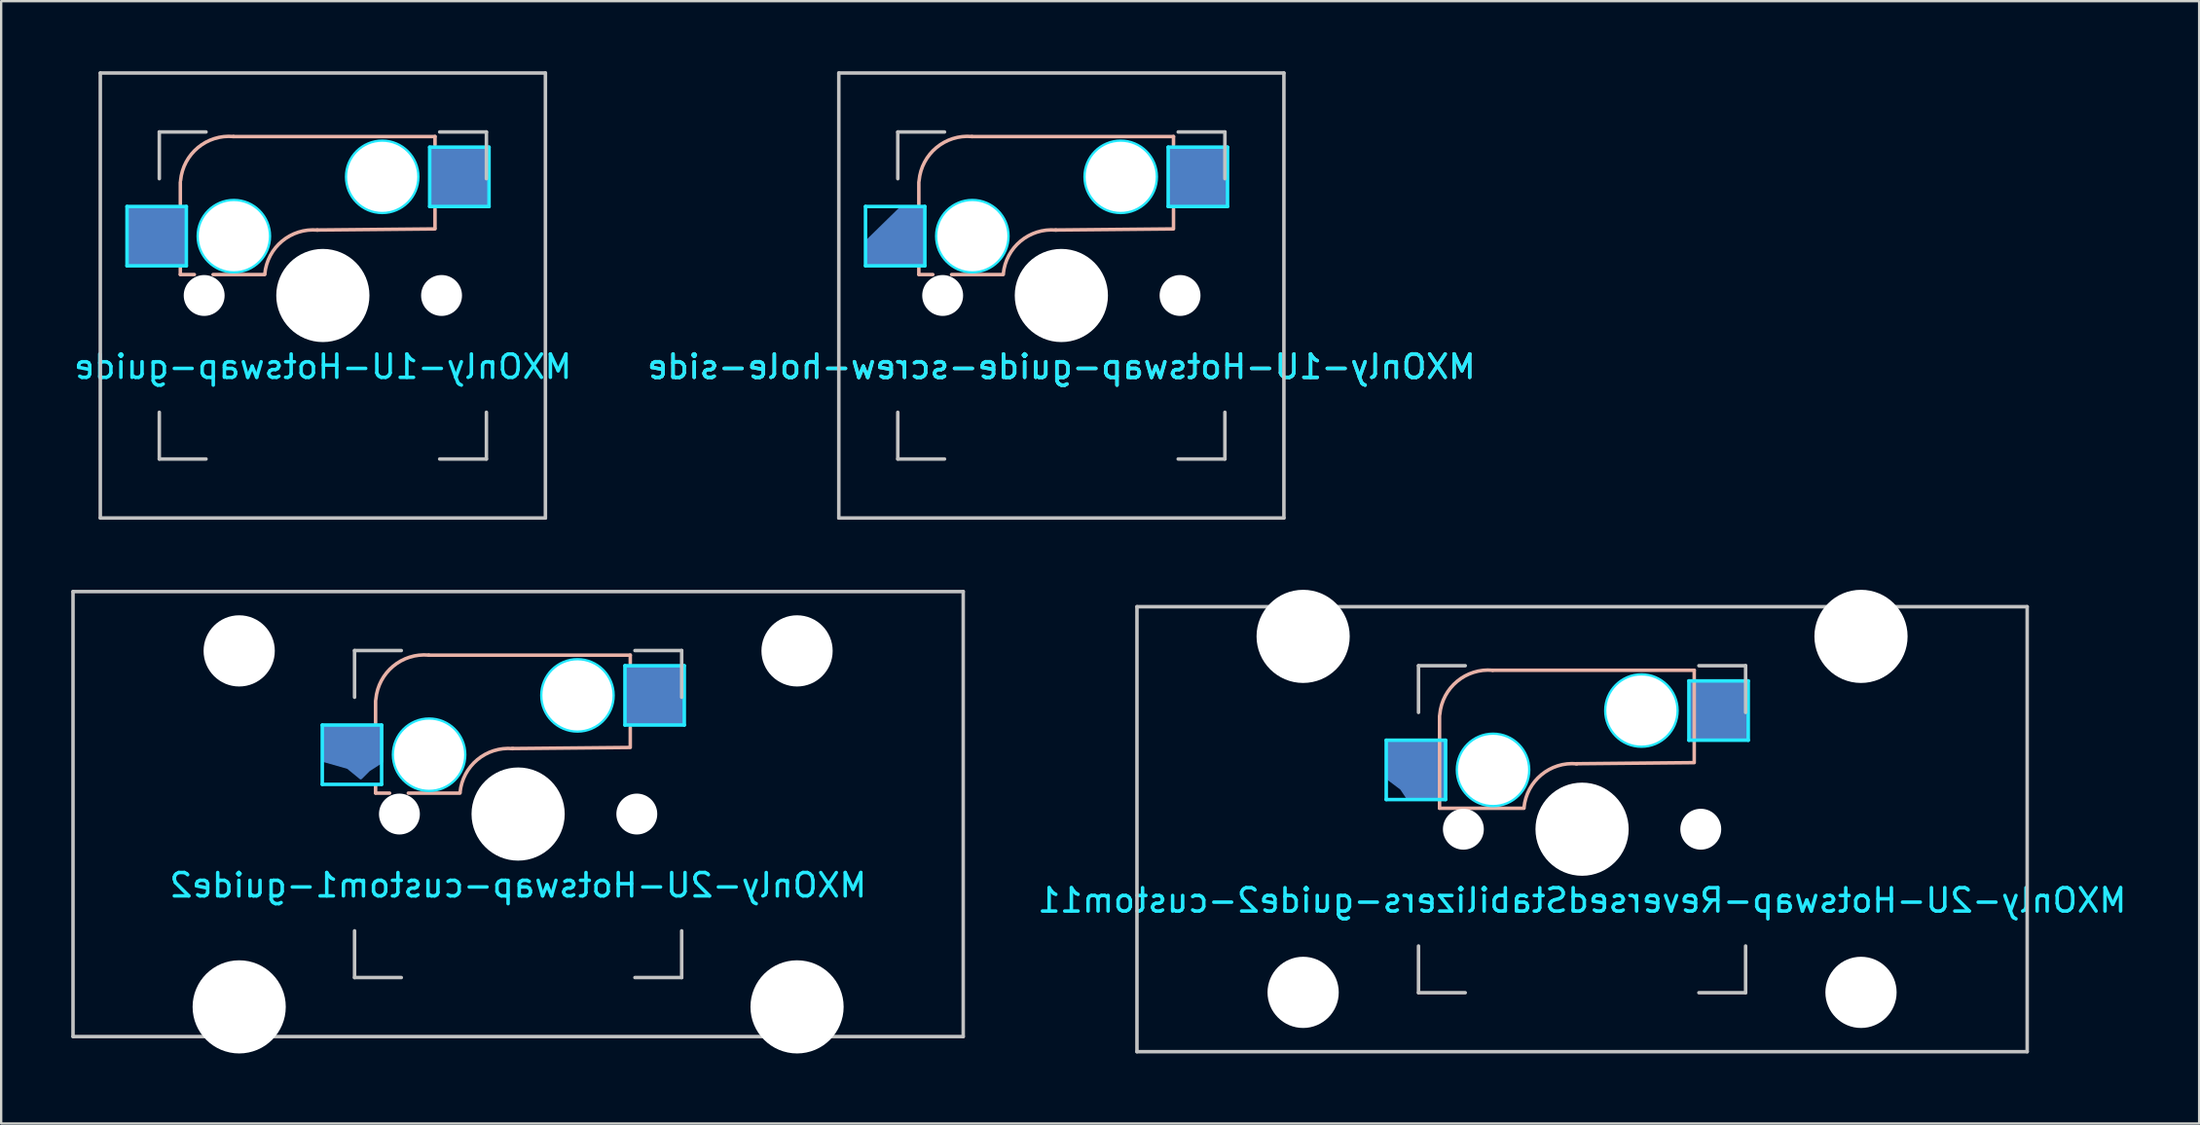
<source format=kicad_pcb>
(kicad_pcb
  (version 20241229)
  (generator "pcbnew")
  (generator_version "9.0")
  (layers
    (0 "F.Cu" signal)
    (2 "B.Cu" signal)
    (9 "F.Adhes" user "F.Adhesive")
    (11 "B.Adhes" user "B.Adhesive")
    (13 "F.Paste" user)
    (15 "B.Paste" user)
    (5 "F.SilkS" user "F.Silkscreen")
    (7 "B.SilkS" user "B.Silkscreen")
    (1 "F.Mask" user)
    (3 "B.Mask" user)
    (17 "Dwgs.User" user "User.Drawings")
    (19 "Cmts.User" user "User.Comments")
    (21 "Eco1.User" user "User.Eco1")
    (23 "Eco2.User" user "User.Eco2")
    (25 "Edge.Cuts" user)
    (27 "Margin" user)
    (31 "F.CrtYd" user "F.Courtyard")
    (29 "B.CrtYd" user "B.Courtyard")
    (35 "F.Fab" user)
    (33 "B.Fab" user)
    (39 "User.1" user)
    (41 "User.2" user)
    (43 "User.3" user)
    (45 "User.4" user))
  (footprint "MXOnly-1U-Hotswap-guide-screw-hole-side"
    (layer "F.Cu")
    (at 42.375 9.6)
    (property "Reference" "MXOnly-1U-Hotswap-guide-screw-hole-side" (at 0 3.048 0) (layer "B.CrtYd") (effects (font (size 1 1) (thickness 0.15)) (justify mirror)))
    (attr smd)
    (fp_line (start -6.1 -4.85) (end -6.1 -3.9) (stroke (width 0.15) (type solid)) (layer "B.SilkS"))
    (fp_line (start -6.1 -1.2) (end -6.1 -0.905) (stroke (width 0.15) (type solid)) (layer "B.SilkS"))
    (fp_line (start -6.1 -0.896) (end -5.5 -0.896) (stroke (width 0.15) (type solid)) (layer "B.SilkS"))
    (fp_line (start -4.7 -0.896) (end -2.49 -0.896) (stroke (width 0.15) (type solid)) (layer "B.SilkS"))
    (fp_line (start 4.8 -6.804) (end -3.825 -6.804) (stroke (width 0.15) (type solid)) (layer "B.SilkS"))
    (fp_line (start 4.8 -6.45) (end 4.8 -6.804) (stroke (width 0.15) (type solid)) (layer "B.SilkS"))
    (fp_line (start 4.8 -2.896) (end 4.8 -3.7) (stroke (width 0.15) (type solid)) (layer "B.SilkS"))
    (fp_line (start 4.8 -2.85) (end -0.25 -2.804) (stroke (width 0.15) (type solid)) (layer "B.SilkS"))
    (fp_arc (start -6.089 -4.92) (mid -5.347189 -6.33089) (end -3.825 -6.804) (stroke (width 0.15) (type solid)) (layer "B.SilkS"))
    (fp_arc (start -2.485 -0.92) (mid -1.744361 -2.328061) (end -0.225 -2.8) (stroke (width 0.15) (type solid)) (layer "B.SilkS"))
    (fp_line (start -9.525 -9.525) (end 9.525 -9.525) (stroke (width 0.15) (type solid)) (layer "Dwgs.User"))
    (fp_line (start -9.525 9.525) (end -9.525 -9.525) (stroke (width 0.15) (type solid)) (layer "Dwgs.User"))
    (fp_line (start -7 -7) (end -7 -5) (stroke (width 0.15) (type solid)) (layer "Dwgs.User"))
    (fp_line (start -7 5) (end -7 7) (stroke (width 0.15) (type solid)) (layer "Dwgs.User"))
    (fp_line (start -7 7) (end -5 7) (stroke (width 0.15) (type solid)) (layer "Dwgs.User"))
    (fp_line (start -5 -7) (end -7 -7) (stroke (width 0.15) (type solid)) (layer "Dwgs.User"))
    (fp_line (start 5 -7) (end 7 -7) (stroke (width 0.15) (type solid)) (layer "Dwgs.User"))
    (fp_line (start 5 7) (end 7 7) (stroke (width 0.15) (type solid)) (layer "Dwgs.User"))
    (fp_line (start 7 -7) (end 7 -5) (stroke (width 0.15) (type solid)) (layer "Dwgs.User"))
    (fp_line (start 7 7) (end 7 5) (stroke (width 0.15) (type solid)) (layer "Dwgs.User"))
    (fp_line (start 9.525 -9.525) (end 9.525 9.525) (stroke (width 0.15) (type solid)) (layer "Dwgs.User"))
    (fp_line (start 9.525 9.525) (end -9.525 9.525) (stroke (width 0.15) (type solid)) (layer "Dwgs.User"))
    (fp_line (start -8.382 -3.81) (end -8.382 -1.27) (stroke (width 0.15) (type solid)) (layer "B.CrtYd"))
    (fp_line (start -8.382 -1.27) (end -5.842 -1.27) (stroke (width 0.15) (type solid)) (layer "B.CrtYd"))
    (fp_line (start -5.842 -3.81) (end -8.382 -3.81) (stroke (width 0.15) (type solid)) (layer "B.CrtYd"))
    (fp_line (start -5.842 -1.27) (end -5.842 -3.81) (stroke (width 0.15) (type solid)) (layer "B.CrtYd"))
    (fp_line (start 4.572 -6.35) (end 7.112 -6.35) (stroke (width 0.15) (type solid)) (layer "B.CrtYd"))
    (fp_line (start 4.572 -3.81) (end 4.572 -6.35) (stroke (width 0.15) (type solid)) (layer "B.CrtYd"))
    (fp_line (start 7.112 -6.35) (end 7.112 -3.81) (stroke (width 0.15) (type solid)) (layer "B.CrtYd"))
    (fp_line (start 7.112 -3.81) (end 4.572 -3.81) (stroke (width 0.15) (type solid)) (layer "B.CrtYd"))
    (fp_circle (center -3.81 -2.54) (end -3.81 -4.064) (stroke (width 0.15) (type solid)) (fill no) (layer "B.CrtYd"))
    (fp_circle (center 2.54 -5.08) (end 2.54 -6.604) (stroke (width 0.15) (type solid)) (fill no) (layer "B.CrtYd"))
    (fp_text user "${REFERENCE}" (at 0 3.048 0) (layer "B.SilkS") (effects (font (size 1 1) (thickness 0.15)) (justify mirror)))
    (pad "" np_thru_hole circle (at -5.08 0 48.1) (size 1.75 1.75) (drill 1.75) (layers "*.Cu" "*.Mask"))
    (pad "" np_thru_hole circle (at -3.81 -2.54) (size 3 3) (drill 3) (layers "*.Cu" "*.Mask"))
    (pad "" np_thru_hole circle (at 0 0) (size 3.988 3.988) (drill 3.988) (layers "*.Cu" "*.Mask"))
    (pad "" np_thru_hole circle (at 2.54 -5.08) (size 3 3) (drill 3) (layers "*.Cu" "*.Mask"))
    (pad "" np_thru_hole circle (at 5.08 0 48.1) (size 1.75 1.75) (drill 1.75) (layers "*.Cu" "*.Mask"))
    (pad "1" smd custom (at -7.085 -2.54) (size 1 1) (layers "B.Cu" "B.Mask" "B.Paste") (options (anchor rect)) (primitives (gr_poly (pts (xy 0.2 -1.19) (xy 1.22 -1.19) (xy 1.22 1.19) (xy -1.22 1.19) (xy -1.22 0.2)) (width 0.12) (fill yes))))
    (pad "2" smd rect (at 5.842 -5.08) (size 2.55 2.5) (layers "B.Cu" "B.Mask" "B.Paste")))
  (footprint "MXOnly-2U-Hotswap-ReversedStabilizers-guide2-custom11"
    (layer "F.Cu")
    (at 64.661 32.449)
    (property "Reference" "MXOnly-2U-Hotswap-ReversedStabilizers-guide2-custom11" (at 0 3.048 0) (layer "B.CrtYd") (effects (font (size 1 1) (thickness 0.15)) (justify mirror)))
    (attr smd)
    (fp_line (start -6.1 -4.85) (end -6.1 -0.905) (stroke (width 0.15) (type solid)) (layer "B.SilkS"))
    (fp_line (start -6.1 -0.896) (end -2.49 -0.896) (stroke (width 0.15) (type solid)) (layer "B.SilkS"))
    (fp_line (start 4.8 -6.804) (end -3.825 -6.804) (stroke (width 0.15) (type solid)) (layer "B.SilkS"))
    (fp_line (start 4.8 -2.896) (end 4.8 -6.804) (stroke (width 0.15) (type solid)) (layer "B.SilkS"))
    (fp_line (start 4.8 -2.85) (end -0.25 -2.804) (stroke (width 0.15) (type solid)) (layer "B.SilkS"))
    (fp_arc (start -6.089 -4.92) (mid -5.347189 -6.33089) (end -3.825 -6.804) (stroke (width 0.15) (type solid)) (layer "B.SilkS"))
    (fp_arc (start -2.485 -0.92) (mid -1.744361 -2.328061) (end -0.225 -2.8) (stroke (width 0.15) (type solid)) (layer "B.SilkS"))
    (fp_line (start -19.05 -9.525) (end 19.05 -9.525) (stroke (width 0.15) (type solid)) (layer "Dwgs.User"))
    (fp_line (start -19.05 9.525) (end -19.05 -9.525) (stroke (width 0.15) (type solid)) (layer "Dwgs.User"))
    (fp_line (start -7 -7) (end -7 -5) (stroke (width 0.15) (type solid)) (layer "Dwgs.User"))
    (fp_line (start -7 5) (end -7 7) (stroke (width 0.15) (type solid)) (layer "Dwgs.User"))
    (fp_line (start -7 7) (end -5 7) (stroke (width 0.15) (type solid)) (layer "Dwgs.User"))
    (fp_line (start -5 -7) (end -7 -7) (stroke (width 0.15) (type solid)) (layer "Dwgs.User"))
    (fp_line (start 5 -7) (end 7 -7) (stroke (width 0.15) (type solid)) (layer "Dwgs.User"))
    (fp_line (start 5 7) (end 7 7) (stroke (width 0.15) (type solid)) (layer "Dwgs.User"))
    (fp_line (start 7 -7) (end 7 -5) (stroke (width 0.15) (type solid)) (layer "Dwgs.User"))
    (fp_line (start 7 7) (end 7 5) (stroke (width 0.15) (type solid)) (layer "Dwgs.User"))
    (fp_line (start 19.05 -9.525) (end 19.05 9.525) (stroke (width 0.15) (type solid)) (layer "Dwgs.User"))
    (fp_line (start 19.05 9.525) (end -19.05 9.525) (stroke (width 0.15) (type solid)) (layer "Dwgs.User"))
    (fp_rect (start -14.986 -9.144) (end -8.89 9.144) (stroke (width 0.12) (type solid)) (fill no) (layer "Eco1.User"))
    (fp_rect (start 8.89 -9.144) (end 14.986 9.144) (stroke (width 0.12) (type solid)) (fill no) (layer "Eco1.User"))
    (fp_line (start -8.382 -3.81) (end -5.842 -3.81) (stroke (width 0.15) (type solid)) (layer "B.CrtYd"))
    (fp_line (start -8.382 -1.27) (end -8.382 -3.81) (stroke (width 0.15) (type solid)) (layer "B.CrtYd"))
    (fp_line (start -5.842 -3.81) (end -5.842 -1.27) (stroke (width 0.15) (type solid)) (layer "B.CrtYd"))
    (fp_line (start -5.842 -1.27) (end -8.382 -1.27) (stroke (width 0.15) (type solid)) (layer "B.CrtYd"))
    (fp_line (start 4.572 -6.35) (end 7.112 -6.35) (stroke (width 0.15) (type solid)) (layer "B.CrtYd"))
    (fp_line (start 4.572 -3.81) (end 4.572 -6.35) (stroke (width 0.15) (type solid)) (layer "B.CrtYd"))
    (fp_line (start 7.112 -6.35) (end 7.112 -3.81) (stroke (width 0.15) (type solid)) (layer "B.CrtYd"))
    (fp_line (start 7.112 -3.81) (end 4.572 -3.81) (stroke (width 0.15) (type solid)) (layer "B.CrtYd"))
    (fp_circle (center -3.81 -2.54) (end -3.81 -4.064) (stroke (width 0.15) (type solid)) (fill no) (layer "B.CrtYd"))
    (fp_circle (center 2.54 -5.08) (end 2.54 -6.604) (stroke (width 0.15) (type solid)) (fill no) (layer "B.CrtYd"))
    (pad "" np_thru_hole circle (at -11.938 -8.255) (size 3.988 3.988) (drill 3.988) (layers "*.Cu" "*.Mask"))
    (pad "" np_thru_hole circle (at -11.938 6.985) (size 3.048 3.048) (drill 3.048) (layers "*.Cu" "*.Mask"))
    (pad "" np_thru_hole circle (at -5.08 0 48.1) (size 1.75 1.75) (drill 1.75) (layers "*.Cu" "*.Mask"))
    (pad "" np_thru_hole circle (at -3.81 -2.54) (size 3 3) (drill 3) (layers "*.Cu" "*.Mask"))
    (pad "" np_thru_hole circle (at 0 0) (size 3.988 3.988) (drill 3.988) (layers "*.Cu" "*.Mask"))
    (pad "" np_thru_hole circle (at 2.54 -5.08) (size 3 3) (drill 3) (layers "*.Cu" "*.Mask"))
    (pad "" np_thru_hole circle (at 5.08 0 48.1) (size 1.75 1.75) (drill 1.75) (layers "*.Cu" "*.Mask"))
    (pad "" np_thru_hole circle (at 11.938 -8.255) (size 3.988 3.988) (drill 3.988) (layers "*.Cu" "*.Mask"))
    (pad "" np_thru_hole circle (at 11.938 6.985) (size 3.048 3.048) (drill 3.048) (layers "*.Cu" "*.Mask"))
    (pad "1" smd custom (at -7.085 -2.54) (size 1 1) (layers "B.Cu" "B.Mask" "B.Paste") (options (anchor rect)) (primitives (gr_poly (pts (xy -1.25 -1.25) (xy 1.25 -1.25) (xy 1.25 1.25) (xy -0.35 1.25) (xy -0.65 0.8) (xy -1.25 0.35)) (width 0.12) (fill yes))))
    (pad "2" smd rect (at 5.842 -5.08) (size 2.55 2.5) (layers "B.Cu" "B.Mask" "B.Paste")))
  (footprint "MXOnly-2U-Hotswap-custom1-guide2"
    (layer "F.Cu")
    (at 19.125 31.8)
    (property "Reference" "MXOnly-2U-Hotswap-custom1-guide2" (at 0 3.048 0) (layer "B.CrtYd") (effects (font (size 1 1) (thickness 0.15)) (justify mirror)))
    (attr smd)
    (fp_line (start -6.1 -4.85) (end -6.1 -3.9) (stroke (width 0.15) (type solid)) (layer "B.SilkS"))
    (fp_line (start -6.1 -1.2) (end -6.1 -0.905) (stroke (width 0.15) (type solid)) (layer "B.SilkS"))
    (fp_line (start -6.1 -0.896) (end -5.5 -0.896) (stroke (width 0.15) (type solid)) (layer "B.SilkS"))
    (fp_line (start -4.7 -0.896) (end -2.49 -0.896) (stroke (width 0.15) (type solid)) (layer "B.SilkS"))
    (fp_line (start 4.8 -6.804) (end -3.825 -6.804) (stroke (width 0.15) (type solid)) (layer "B.SilkS"))
    (fp_line (start 4.8 -6.45) (end 4.8 -6.804) (stroke (width 0.15) (type solid)) (layer "B.SilkS"))
    (fp_line (start 4.8 -2.896) (end 4.8 -3.7) (stroke (width 0.15) (type solid)) (layer "B.SilkS"))
    (fp_line (start 4.8 -2.85) (end -0.25 -2.804) (stroke (width 0.15) (type solid)) (layer "B.SilkS"))
    (fp_arc (start -6.089 -4.92) (mid -5.347189 -6.33089) (end -3.825 -6.804) (stroke (width 0.15) (type solid)) (layer "B.SilkS"))
    (fp_arc (start -2.485 -0.92) (mid -1.744361 -2.328061) (end -0.225 -2.8) (stroke (width 0.15) (type solid)) (layer "B.SilkS"))
    (fp_line (start -19.05 -9.525) (end 19.05 -9.525) (stroke (width 0.15) (type solid)) (layer "Dwgs.User"))
    (fp_line (start -19.05 9.525) (end -19.05 -9.525) (stroke (width 0.15) (type solid)) (layer "Dwgs.User"))
    (fp_line (start -7 -7) (end -7 -5) (stroke (width 0.15) (type solid)) (layer "Dwgs.User"))
    (fp_line (start -7 5) (end -7 7) (stroke (width 0.15) (type solid)) (layer "Dwgs.User"))
    (fp_line (start -7 7) (end -5 7) (stroke (width 0.15) (type solid)) (layer "Dwgs.User"))
    (fp_line (start -5 -7) (end -7 -7) (stroke (width 0.15) (type solid)) (layer "Dwgs.User"))
    (fp_line (start 5 -7) (end 7 -7) (stroke (width 0.15) (type solid)) (layer "Dwgs.User"))
    (fp_line (start 5 7) (end 7 7) (stroke (width 0.15) (type solid)) (layer "Dwgs.User"))
    (fp_line (start 7 -7) (end 7 -5) (stroke (width 0.15) (type solid)) (layer "Dwgs.User"))
    (fp_line (start 7 7) (end 7 5) (stroke (width 0.15) (type solid)) (layer "Dwgs.User"))
    (fp_line (start 19.05 -9.525) (end 19.05 9.525) (stroke (width 0.15) (type solid)) (layer "Dwgs.User"))
    (fp_line (start 19.05 9.525) (end -19.05 9.525) (stroke (width 0.15) (type solid)) (layer "Dwgs.User"))
    (fp_rect (start -14.986 -9.144) (end -8.89 9.144) (stroke (width 0.12) (type solid)) (fill no) (layer "Eco1.User"))
    (fp_rect (start 8.89 -9.144) (end 14.986 9.144) (stroke (width 0.12) (type solid)) (fill no) (layer "Eco1.User"))
    (fp_line (start -8.382 -3.81) (end -5.842 -3.81) (stroke (width 0.15) (type solid)) (layer "B.CrtYd"))
    (fp_line (start -8.382 -1.27) (end -8.382 -3.81) (stroke (width 0.15) (type solid)) (layer "B.CrtYd"))
    (fp_line (start -5.842 -3.81) (end -5.842 -1.27) (stroke (width 0.15) (type solid)) (layer "B.CrtYd"))
    (fp_line (start -5.842 -1.27) (end -8.382 -1.27) (stroke (width 0.15) (type solid)) (layer "B.CrtYd"))
    (fp_line (start 4.572 -6.35) (end 7.112 -6.35) (stroke (width 0.15) (type solid)) (layer "B.CrtYd"))
    (fp_line (start 4.572 -3.81) (end 4.572 -6.35) (stroke (width 0.15) (type solid)) (layer "B.CrtYd"))
    (fp_line (start 7.112 -6.35) (end 7.112 -3.81) (stroke (width 0.15) (type solid)) (layer "B.CrtYd"))
    (fp_line (start 7.112 -3.81) (end 4.572 -3.81) (stroke (width 0.15) (type solid)) (layer "B.CrtYd"))
    (fp_circle (center -3.81 -2.54) (end -3.81 -4.064) (stroke (width 0.15) (type solid)) (fill no) (layer "B.CrtYd"))
    (fp_circle (center 2.54 -5.08) (end 2.54 -6.604) (stroke (width 0.15) (type solid)) (fill no) (layer "B.CrtYd"))
    (pad "" np_thru_hole circle (at -11.938 -6.985) (size 3.048 3.048) (drill 3.048) (layers "*.Cu" "*.Mask"))
    (pad "" np_thru_hole circle (at -11.938 8.255) (size 3.988 3.988) (drill 3.988) (layers "*.Cu" "*.Mask"))
    (pad "" np_thru_hole circle (at -5.08 0 48.1) (size 1.75 1.75) (drill 1.75) (layers "*.Cu" "*.Mask"))
    (pad "" np_thru_hole circle (at -3.81 -2.54) (size 3 3) (drill 3) (layers "*.Cu" "*.Mask"))
    (pad "" np_thru_hole circle (at 0 0) (size 3.988 3.988) (drill 3.988) (layers "*.Cu" "*.Mask"))
    (pad "" np_thru_hole circle (at 2.54 -5.08) (size 3 3) (drill 3) (layers "*.Cu" "*.Mask"))
    (pad "" np_thru_hole circle (at 5.08 0 48.1) (size 1.75 1.75) (drill 1.75) (layers "*.Cu" "*.Mask"))
    (pad "" np_thru_hole circle (at 11.938 -6.985) (size 3.048 3.048) (drill 3.048) (layers "*.Cu" "*.Mask"))
    (pad "" np_thru_hole circle (at 11.938 8.255) (size 3.988 3.988) (drill 3.988) (layers "*.Cu" "*.Mask"))
    (pad "1" smd custom (at -7.085 -2.54) (size 0.1 0.1) (layers "B.Cu" "B.Mask" "B.Paste") (options (anchor rect)) (primitives (gr_poly (pts (xy -1.25 -1.25) (xy 1.25 -1.25) (xy 1.25 0.3) (xy 0.7 0.65) (xy 0.35 1) (xy -0.2 0.55) (xy -1.25 0.25)) (width 0.12) (fill yes))))
    (pad "2" smd rect (at 5.842 -5.08) (size 2.55 2.5) (layers "B.Cu" "B.Mask" "B.Paste")))
  (footprint "MXOnly-1U-Hotswap-guide"
    (layer "F.Cu")
    (at 10.768 9.6)
    (property "Reference" "MXOnly-1U-Hotswap-guide" (at 0 3.048 0) (layer "B.CrtYd") (effects (font (size 1 1) (thickness 0.15)) (justify mirror)))
    (attr smd)
    (fp_line (start -6.1 -4.85) (end -6.1 -3.9) (stroke (width 0.15) (type solid)) (layer "B.SilkS"))
    (fp_line (start -6.1 -1.2) (end -6.1 -0.905) (stroke (width 0.15) (type solid)) (layer "B.SilkS"))
    (fp_line (start -6.1 -0.896) (end -5.5 -0.896) (stroke (width 0.15) (type solid)) (layer "B.SilkS"))
    (fp_line (start -4.7 -0.896) (end -2.49 -0.896) (stroke (width 0.15) (type solid)) (layer "B.SilkS"))
    (fp_line (start 4.8 -6.804) (end -3.825 -6.804) (stroke (width 0.15) (type solid)) (layer "B.SilkS"))
    (fp_line (start 4.8 -6.45) (end 4.8 -6.804) (stroke (width 0.15) (type solid)) (layer "B.SilkS"))
    (fp_line (start 4.8 -2.896) (end 4.8 -3.7) (stroke (width 0.15) (type solid)) (layer "B.SilkS"))
    (fp_line (start 4.8 -2.85) (end -0.25 -2.804) (stroke (width 0.15) (type solid)) (layer "B.SilkS"))
    (fp_arc (start -6.089 -4.92) (mid -5.347189 -6.33089) (end -3.825 -6.804) (stroke (width 0.15) (type solid)) (layer "B.SilkS"))
    (fp_arc (start -2.485 -0.92) (mid -1.744361 -2.328061) (end -0.225 -2.8) (stroke (width 0.15) (type solid)) (layer "B.SilkS"))
    (fp_line (start -9.525 -9.525) (end 9.525 -9.525) (stroke (width 0.15) (type solid)) (layer "Dwgs.User"))
    (fp_line (start -9.525 9.525) (end -9.525 -9.525) (stroke (width 0.15) (type solid)) (layer "Dwgs.User"))
    (fp_line (start -7 -7) (end -7 -5) (stroke (width 0.15) (type solid)) (layer "Dwgs.User"))
    (fp_line (start -7 5) (end -7 7) (stroke (width 0.15) (type solid)) (layer "Dwgs.User"))
    (fp_line (start -7 7) (end -5 7) (stroke (width 0.15) (type solid)) (layer "Dwgs.User"))
    (fp_line (start -5 -7) (end -7 -7) (stroke (width 0.15) (type solid)) (layer "Dwgs.User"))
    (fp_line (start 5 -7) (end 7 -7) (stroke (width 0.15) (type solid)) (layer "Dwgs.User"))
    (fp_line (start 5 7) (end 7 7) (stroke (width 0.15) (type solid)) (layer "Dwgs.User"))
    (fp_line (start 7 -7) (end 7 -5) (stroke (width 0.15) (type solid)) (layer "Dwgs.User"))
    (fp_line (start 7 7) (end 7 5) (stroke (width 0.15) (type solid)) (layer "Dwgs.User"))
    (fp_line (start 9.525 -9.525) (end 9.525 9.525) (stroke (width 0.15) (type solid)) (layer "Dwgs.User"))
    (fp_line (start 9.525 9.525) (end -9.525 9.525) (stroke (width 0.15) (type solid)) (layer "Dwgs.User"))
    (fp_line (start -8.382 -3.81) (end -8.382 -1.27) (stroke (width 0.15) (type solid)) (layer "B.CrtYd"))
    (fp_line (start -8.382 -1.27) (end -5.842 -1.27) (stroke (width 0.15) (type solid)) (layer "B.CrtYd"))
    (fp_line (start -5.842 -3.81) (end -8.382 -3.81) (stroke (width 0.15) (type solid)) (layer "B.CrtYd"))
    (fp_line (start -5.842 -1.27) (end -5.842 -3.81) (stroke (width 0.15) (type solid)) (layer "B.CrtYd"))
    (fp_line (start 4.572 -6.35) (end 7.112 -6.35) (stroke (width 0.15) (type solid)) (layer "B.CrtYd"))
    (fp_line (start 4.572 -3.81) (end 4.572 -6.35) (stroke (width 0.15) (type solid)) (layer "B.CrtYd"))
    (fp_line (start 7.112 -6.35) (end 7.112 -3.81) (stroke (width 0.15) (type solid)) (layer "B.CrtYd"))
    (fp_line (start 7.112 -3.81) (end 4.572 -3.81) (stroke (width 0.15) (type solid)) (layer "B.CrtYd"))
    (fp_circle (center -3.81 -2.54) (end -3.81 -4.064) (stroke (width 0.15) (type solid)) (fill no) (layer "B.CrtYd"))
    (fp_circle (center 2.54 -5.08) (end 2.54 -6.604) (stroke (width 0.15) (type solid)) (fill no) (layer "B.CrtYd"))
    (pad "" np_thru_hole circle (at -5.08 0 48.1) (size 1.75 1.75) (drill 1.75) (layers "*.Cu" "*.Mask"))
    (pad "" np_thru_hole circle (at -3.81 -2.54) (size 3 3) (drill 3) (layers "*.Cu" "*.Mask"))
    (pad "" np_thru_hole circle (at 0 0) (size 3.988 3.988) (drill 3.988) (layers "*.Cu" "*.Mask"))
    (pad "" np_thru_hole circle (at 2.54 -5.08) (size 3 3) (drill 3) (layers "*.Cu" "*.Mask"))
    (pad "" np_thru_hole circle (at 5.08 0 48.1) (size 1.75 1.75) (drill 1.75) (layers "*.Cu" "*.Mask"))
    (pad "1" smd rect (at -7.085 -2.54) (size 2.55 2.5) (layers "B.Cu" "B.Mask" "B.Paste"))
    (pad "2" smd rect (at 5.842 -5.08) (size 2.55 2.5) (layers "B.Cu" "B.Mask" "B.Paste")))
  (gr_rect
    (start -3 -3)
    (end 91.071 45.049)
    (stroke (width 0.1) (type default))
    (fill no)
    (layer "Edge.Cuts")))
</source>
